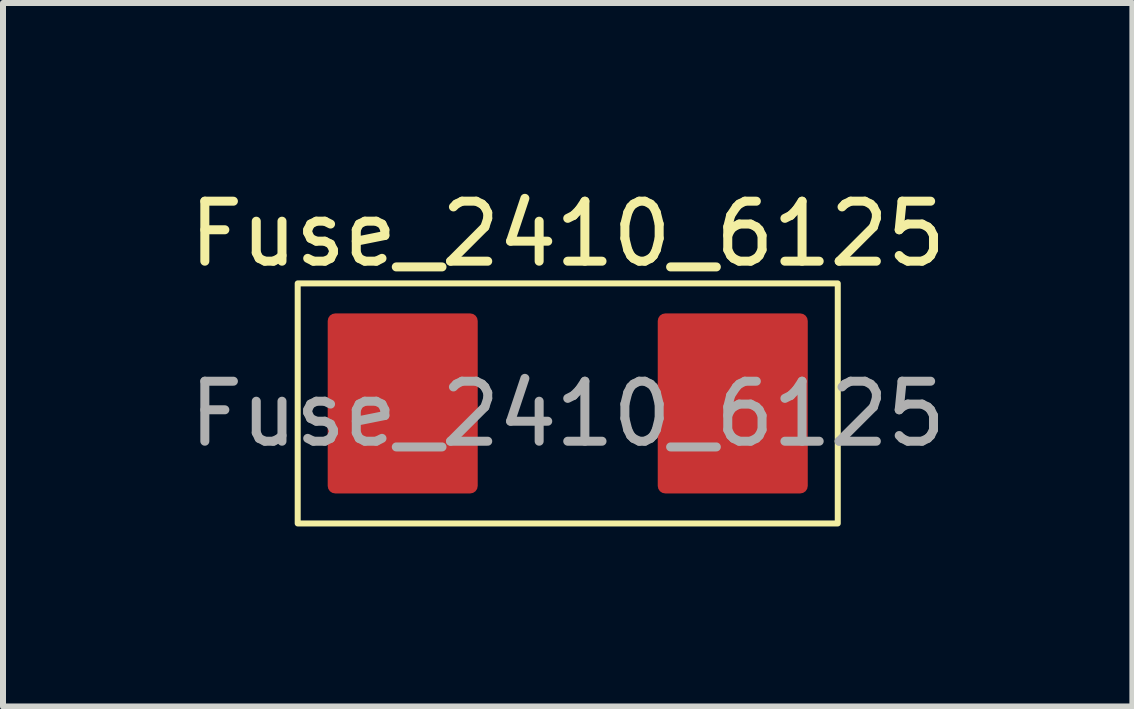
<source format=kicad_pcb>
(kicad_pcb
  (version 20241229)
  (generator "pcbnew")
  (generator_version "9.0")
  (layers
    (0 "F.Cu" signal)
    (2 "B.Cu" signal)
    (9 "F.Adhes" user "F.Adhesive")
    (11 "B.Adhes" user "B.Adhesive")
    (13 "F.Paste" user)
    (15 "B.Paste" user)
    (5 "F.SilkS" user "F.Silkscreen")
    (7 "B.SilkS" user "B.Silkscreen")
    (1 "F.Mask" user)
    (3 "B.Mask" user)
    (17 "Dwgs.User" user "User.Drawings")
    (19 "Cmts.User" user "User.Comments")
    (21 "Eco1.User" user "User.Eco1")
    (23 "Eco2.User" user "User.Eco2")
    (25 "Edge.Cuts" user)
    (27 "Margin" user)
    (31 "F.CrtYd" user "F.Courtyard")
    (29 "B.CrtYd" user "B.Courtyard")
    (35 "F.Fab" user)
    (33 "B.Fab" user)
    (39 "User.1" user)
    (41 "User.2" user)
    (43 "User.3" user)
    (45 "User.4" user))
  (footprint "Fuse_2410_6125"
    (layer "F.Cu")
    (at 6.411 3.673)
    (property "Reference" "Fuse_2410_6125" (at 0 -2.825 0) (unlocked yes) (layer "F.SilkS") (effects (font (size 1 1) (thickness 0.15))))
    (attr smd)
    (fp_rect (start -4.5 -2) (end 4.5 2) (stroke (width 0.1) (type solid)) (fill no) (layer "F.SilkS"))
    (fp_text user "${REFERENCE}" (at 0 0.175 0) (unlocked yes) (layer "F.Fab") (effects (font (size 1 1) (thickness 0.15))))
    (pad "1" smd roundrect (at -2.75 0) (size 2.5 3) (layers "F.Cu" "F.Mask" "F.Paste") (roundrect_rratio 0.05))
    (pad "2" smd roundrect (at 2.75 0) (size 2.5 3) (layers "F.Cu" "F.Mask" "F.Paste") (roundrect_rratio 0.05)))
  (gr_rect
    (start -3 -3)
    (end 15.821 8.723)
    (stroke (width 0.1) (type default))
    (fill no)
    (layer "Edge.Cuts")))
</source>
